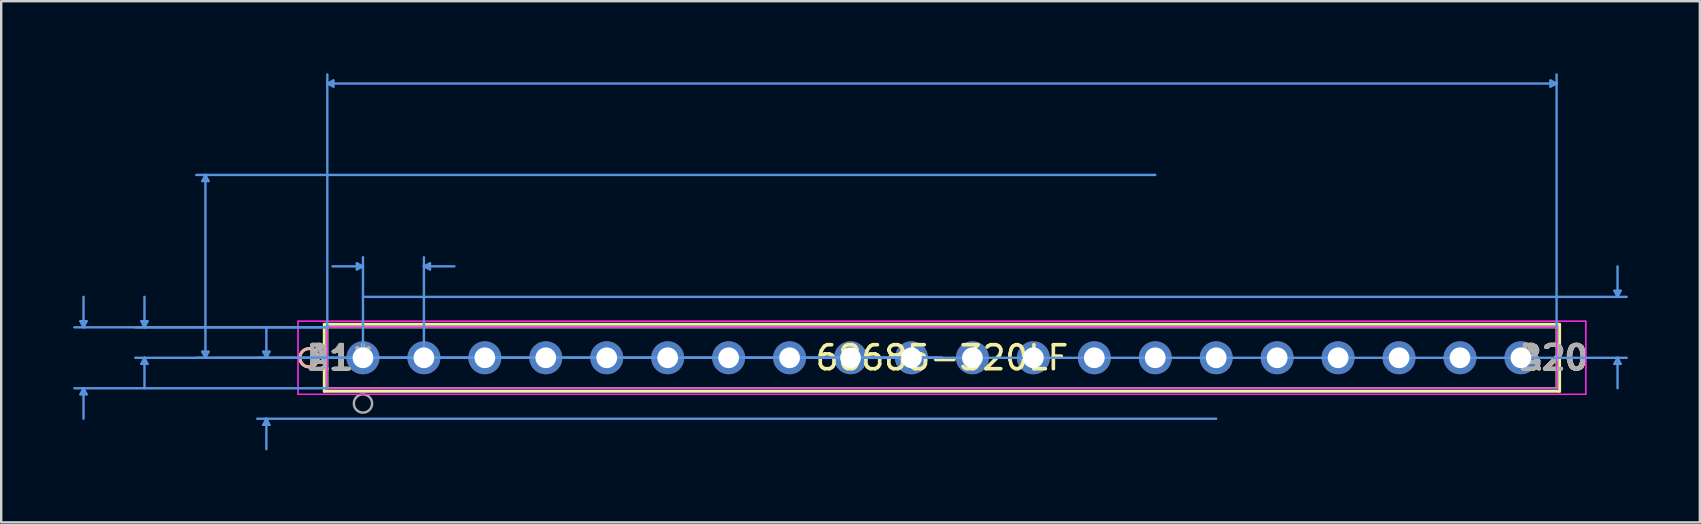
<source format=kicad_pcb>
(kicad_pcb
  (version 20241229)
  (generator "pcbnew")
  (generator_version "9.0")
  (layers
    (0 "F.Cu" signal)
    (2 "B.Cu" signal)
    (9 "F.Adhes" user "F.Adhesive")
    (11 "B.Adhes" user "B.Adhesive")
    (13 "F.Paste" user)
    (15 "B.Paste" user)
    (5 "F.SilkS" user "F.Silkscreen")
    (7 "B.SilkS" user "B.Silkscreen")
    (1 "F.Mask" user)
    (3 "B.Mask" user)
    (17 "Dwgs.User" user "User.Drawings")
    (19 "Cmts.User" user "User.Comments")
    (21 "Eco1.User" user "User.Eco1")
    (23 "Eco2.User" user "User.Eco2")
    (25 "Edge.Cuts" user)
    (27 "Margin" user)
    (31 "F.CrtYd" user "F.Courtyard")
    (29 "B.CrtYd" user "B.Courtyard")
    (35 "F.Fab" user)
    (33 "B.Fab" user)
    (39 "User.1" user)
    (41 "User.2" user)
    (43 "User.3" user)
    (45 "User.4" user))
  (footprint "68685-320LF"
    (layer "F.Cu")
    (at 12.077 11.861)
    (property "Reference" "68685-320LF" (at 24.13 0 0) (layer "F.SilkS") (effects (font (size 1 1) (thickness 0.15))))
    (attr through_hole)
    (fp_line (start -1.613 -1.397) (end -1.613 1.397) (stroke (width 0.12) (type solid)) (layer "F.SilkS"))
    (fp_line (start -1.613 1.397) (end 49.873 1.397) (stroke (width 0.12) (type solid)) (layer "F.SilkS"))
    (fp_line (start 49.873 -1.397) (end -1.613 -1.397) (stroke (width 0.12) (type solid)) (layer "F.SilkS"))
    (fp_line (start 49.873 1.397) (end 49.873 -1.397) (stroke (width 0.12) (type solid)) (layer "F.SilkS"))
    (fp_circle (center -2.248 0) (end -1.867 0) (stroke (width 0.12) (type solid)) (fill no) (layer "F.SilkS"))
    (fp_circle (center -2.248 0) (end -1.867 0) (stroke (width 0.12) (type solid)) (fill no) (layer "B.SilkS"))
    (fp_line (start -11.773 -1.524) (end -11.519 -1.524) (stroke (width 0.1) (type solid)) (layer "Cmts.User"))
    (fp_line (start -11.773 1.524) (end -11.519 1.524) (stroke (width 0.1) (type solid)) (layer "Cmts.User"))
    (fp_line (start -11.646 -1.27) (end -11.773 -1.524) (stroke (width 0.1) (type solid)) (layer "Cmts.User"))
    (fp_line (start -11.646 -1.27) (end -11.646 -2.54) (stroke (width 0.1) (type solid)) (layer "Cmts.User"))
    (fp_line (start -11.646 -1.27) (end -11.519 -1.524) (stroke (width 0.1) (type solid)) (layer "Cmts.User"))
    (fp_line (start -11.646 1.27) (end -11.773 1.524) (stroke (width 0.1) (type solid)) (layer "Cmts.User"))
    (fp_line (start -11.646 1.27) (end -11.646 2.54) (stroke (width 0.1) (type solid)) (layer "Cmts.User"))
    (fp_line (start -11.646 1.27) (end -11.519 1.524) (stroke (width 0.1) (type solid)) (layer "Cmts.User"))
    (fp_line (start -9.233 -1.524) (end -8.979 -1.524) (stroke (width 0.1) (type solid)) (layer "Cmts.User"))
    (fp_line (start -9.233 0.254) (end -8.979 0.254) (stroke (width 0.1) (type solid)) (layer "Cmts.User"))
    (fp_line (start -9.106 -1.27) (end -9.233 -1.524) (stroke (width 0.1) (type solid)) (layer "Cmts.User"))
    (fp_line (start -9.106 -1.27) (end -9.106 -2.54) (stroke (width 0.1) (type solid)) (layer "Cmts.User"))
    (fp_line (start -9.106 -1.27) (end -8.979 -1.524) (stroke (width 0.1) (type solid)) (layer "Cmts.User"))
    (fp_line (start -9.106 0) (end -9.233 0.254) (stroke (width 0.1) (type solid)) (layer "Cmts.User"))
    (fp_line (start -9.106 0) (end -9.106 1.27) (stroke (width 0.1) (type solid)) (layer "Cmts.User"))
    (fp_line (start -9.106 0) (end -8.979 0.254) (stroke (width 0.1) (type solid)) (layer "Cmts.User"))
    (fp_line (start -6.693 -7.366) (end -6.439 -7.366) (stroke (width 0.1) (type solid)) (layer "Cmts.User"))
    (fp_line (start -6.693 -0.254) (end -6.439 -0.254) (stroke (width 0.1) (type solid)) (layer "Cmts.User"))
    (fp_line (start -6.566 -7.62) (end -6.693 -7.366) (stroke (width 0.1) (type solid)) (layer "Cmts.User"))
    (fp_line (start -6.566 -7.62) (end -6.566 0) (stroke (width 0.1) (type solid)) (layer "Cmts.User"))
    (fp_line (start -6.566 -7.62) (end -6.439 -7.366) (stroke (width 0.1) (type solid)) (layer "Cmts.User"))
    (fp_line (start -6.566 0) (end -6.693 -0.254) (stroke (width 0.1) (type solid)) (layer "Cmts.User"))
    (fp_line (start -6.566 0) (end -6.439 -0.254) (stroke (width 0.1) (type solid)) (layer "Cmts.User"))
    (fp_line (start -4.153 -0.254) (end -3.899 -0.254) (stroke (width 0.1) (type solid)) (layer "Cmts.User"))
    (fp_line (start -4.153 2.794) (end -3.899 2.794) (stroke (width 0.1) (type solid)) (layer "Cmts.User"))
    (fp_line (start -4.026 0) (end -4.153 -0.254) (stroke (width 0.1) (type solid)) (layer "Cmts.User"))
    (fp_line (start -4.026 0) (end -4.026 -1.27) (stroke (width 0.1) (type solid)) (layer "Cmts.User"))
    (fp_line (start -4.026 0) (end -3.899 -0.254) (stroke (width 0.1) (type solid)) (layer "Cmts.User"))
    (fp_line (start -4.026 2.54) (end -4.153 2.794) (stroke (width 0.1) (type solid)) (layer "Cmts.User"))
    (fp_line (start -4.026 2.54) (end -4.026 3.81) (stroke (width 0.1) (type solid)) (layer "Cmts.User"))
    (fp_line (start -4.026 2.54) (end -3.899 2.794) (stroke (width 0.1) (type solid)) (layer "Cmts.User"))
    (fp_line (start -1.486 -11.43) (end -1.232 -11.557) (stroke (width 0.1) (type solid)) (layer "Cmts.User"))
    (fp_line (start -1.486 -11.43) (end -1.232 -11.303) (stroke (width 0.1) (type solid)) (layer "Cmts.User"))
    (fp_line (start -1.486 -11.43) (end 49.746 -11.43) (stroke (width 0.1) (type solid)) (layer "Cmts.User"))
    (fp_line (start -1.486 -1.27) (end -12.027 -1.27) (stroke (width 0.1) (type solid)) (layer "Cmts.User"))
    (fp_line (start -1.486 -1.27) (end -9.487 -1.27) (stroke (width 0.1) (type solid)) (layer "Cmts.User"))
    (fp_line (start -1.486 -1.27) (end -1.486 -11.811) (stroke (width 0.1) (type solid)) (layer "Cmts.User"))
    (fp_line (start -1.486 1.27) (end -12.027 1.27) (stroke (width 0.1) (type solid)) (layer "Cmts.User"))
    (fp_line (start -1.232 -11.557) (end -1.232 -11.303) (stroke (width 0.1) (type solid)) (layer "Cmts.User"))
    (fp_line (start -0.254 -3.937) (end -0.254 -3.683) (stroke (width 0.1) (type solid)) (layer "Cmts.User"))
    (fp_line (start 0 -3.81) (end -1.27 -3.81) (stroke (width 0.1) (type solid)) (layer "Cmts.User"))
    (fp_line (start 0 -3.81) (end -0.254 -3.937) (stroke (width 0.1) (type solid)) (layer "Cmts.User"))
    (fp_line (start 0 -3.81) (end -0.254 -3.683) (stroke (width 0.1) (type solid)) (layer "Cmts.User"))
    (fp_line (start 0 -2.54) (end 52.667 -2.54) (stroke (width 0.1) (type solid)) (layer "Cmts.User"))
    (fp_line (start 0 0) (end 0 -4.191) (stroke (width 0.1) (type solid)) (layer "Cmts.User"))
    (fp_line (start 0 0) (end 52.667 0) (stroke (width 0.1) (type solid)) (layer "Cmts.User"))
    (fp_line (start 2.54 -3.81) (end 2.794 -3.937) (stroke (width 0.1) (type solid)) (layer "Cmts.User"))
    (fp_line (start 2.54 -3.81) (end 2.794 -3.683) (stroke (width 0.1) (type solid)) (layer "Cmts.User"))
    (fp_line (start 2.54 -3.81) (end 3.81 -3.81) (stroke (width 0.1) (type solid)) (layer "Cmts.User"))
    (fp_line (start 2.54 0) (end 2.54 -4.191) (stroke (width 0.1) (type solid)) (layer "Cmts.User"))
    (fp_line (start 2.794 -3.937) (end 2.794 -3.683) (stroke (width 0.1) (type solid)) (layer "Cmts.User"))
    (fp_line (start 24.13 0) (end -9.487 0) (stroke (width 0.1) (type solid)) (layer "Cmts.User"))
    (fp_line (start 24.13 0) (end -6.947 0) (stroke (width 0.1) (type solid)) (layer "Cmts.User"))
    (fp_line (start 24.13 0) (end -4.407 0) (stroke (width 0.1) (type solid)) (layer "Cmts.User"))
    (fp_line (start 33.02 -7.62) (end -6.947 -7.62) (stroke (width 0.1) (type solid)) (layer "Cmts.User"))
    (fp_line (start 35.56 2.54) (end -4.407 2.54) (stroke (width 0.1) (type solid)) (layer "Cmts.User"))
    (fp_line (start 49.492 -11.557) (end 49.492 -11.303) (stroke (width 0.1) (type solid)) (layer "Cmts.User"))
    (fp_line (start 49.746 -11.43) (end 49.492 -11.557) (stroke (width 0.1) (type solid)) (layer "Cmts.User"))
    (fp_line (start 49.746 -11.43) (end 49.492 -11.303) (stroke (width 0.1) (type solid)) (layer "Cmts.User"))
    (fp_line (start 49.746 -1.27) (end 49.746 -11.811) (stroke (width 0.1) (type solid)) (layer "Cmts.User"))
    (fp_line (start 52.159 -2.794) (end 52.413 -2.794) (stroke (width 0.1) (type solid)) (layer "Cmts.User"))
    (fp_line (start 52.159 0.254) (end 52.413 0.254) (stroke (width 0.1) (type solid)) (layer "Cmts.User"))
    (fp_line (start 52.286 -2.54) (end 52.159 -2.794) (stroke (width 0.1) (type solid)) (layer "Cmts.User"))
    (fp_line (start 52.286 -2.54) (end 52.286 -3.81) (stroke (width 0.1) (type solid)) (layer "Cmts.User"))
    (fp_line (start 52.286 -2.54) (end 52.413 -2.794) (stroke (width 0.1) (type solid)) (layer "Cmts.User"))
    (fp_line (start 52.286 0) (end 52.159 0.254) (stroke (width 0.1) (type solid)) (layer "Cmts.User"))
    (fp_line (start 52.286 0) (end 52.286 1.27) (stroke (width 0.1) (type solid)) (layer "Cmts.User"))
    (fp_line (start 52.286 0) (end 52.413 0.254) (stroke (width 0.1) (type solid)) (layer "Cmts.User"))
    (fp_line (start -2.705 -1.524) (end -2.705 1.524) (stroke (width 0.05) (type solid)) (layer "F.CrtYd"))
    (fp_line (start -2.705 -1.524) (end -2.705 1.524) (stroke (width 0.05) (type solid)) (layer "F.CrtYd"))
    (fp_line (start -2.705 1.524) (end 50.965 1.524) (stroke (width 0.05) (type solid)) (layer "F.CrtYd"))
    (fp_line (start -2.705 1.524) (end 50.965 1.524) (stroke (width 0.05) (type solid)) (layer "F.CrtYd"))
    (fp_line (start -1.486 -1.27) (end -1.486 1.27) (stroke (width 0.05) (type solid)) (layer "F.CrtYd"))
    (fp_line (start -1.486 1.27) (end 49.746 1.27) (stroke (width 0.05) (type solid)) (layer "F.CrtYd"))
    (fp_line (start 49.746 -1.27) (end -1.486 -1.27) (stroke (width 0.05) (type solid)) (layer "F.CrtYd"))
    (fp_line (start 49.746 1.27) (end 49.746 -1.27) (stroke (width 0.05) (type solid)) (layer "F.CrtYd"))
    (fp_line (start 50.965 -1.524) (end -2.705 -1.524) (stroke (width 0.05) (type solid)) (layer "F.CrtYd"))
    (fp_line (start 50.965 -1.524) (end -2.705 -1.524) (stroke (width 0.05) (type solid)) (layer "F.CrtYd"))
    (fp_line (start 50.965 1.524) (end 50.965 -1.524) (stroke (width 0.05) (type solid)) (layer "F.CrtYd"))
    (fp_line (start 50.965 1.524) (end 50.965 -1.524) (stroke (width 0.05) (type solid)) (layer "F.CrtYd"))
    (fp_line (start -1.486 -1.27) (end -1.486 1.27) (stroke (width 0.1) (type solid)) (layer "F.Fab"))
    (fp_line (start -1.486 1.27) (end 49.746 1.27) (stroke (width 0.1) (type solid)) (layer "F.Fab"))
    (fp_line (start 49.746 -1.27) (end -1.486 -1.27) (stroke (width 0.1) (type solid)) (layer "F.Fab"))
    (fp_line (start 49.746 1.27) (end 49.746 -1.27) (stroke (width 0.1) (type solid)) (layer "F.Fab"))
    (fp_circle (center 0 1.905) (end 0.381 1.905) (stroke (width 0.1) (type solid)) (fill no) (layer "F.Fab"))
    (fp_text user "B20" (at 49.632 0 0) (layer "F.SilkS") (effects (font (size 1 1) (thickness 0.15))))
    (fp_text user "B1" (at -1.372 0 0) (layer "F.SilkS") (effects (font (size 1 1) (thickness 0.15))))
    (fp_text user "*" (at 0 0 0) (layer "F.SilkS") (effects (font (size 1 1) (thickness 0.15))))
    (fp_text user "A1" (at -1.372 0 0) (layer "F.SilkS") (effects (font (size 1 1) (thickness 0.15))))
    (fp_text user "A20" (at 49.632 0 0) (layer "F.SilkS") (effects (font (size 1 1) (thickness 0.15))))
    (fp_text user "B20" (at 49.632 0 0) (layer "B.SilkS") (effects (font (size 1 1) (thickness 0.15))))
    (fp_text user "A20" (at 49.632 0 0) (layer "B.SilkS") (effects (font (size 1 1) (thickness 0.15))))
    (fp_text user "B1" (at -1.372 0 0) (layer "B.SilkS") (effects (font (size 1 1) (thickness 0.15))))
    (fp_text user "A1" (at -1.372 0 0) (layer "B.SilkS") (effects (font (size 1 1) (thickness 0.15))))
    (fp_text user "Copyright 2021 Accelerated Designs. All rights reserved." (at 0 0 0) (layer "Cmts.User") (effects (font (size 0.127 0.127) (thickness 0.002))))
    (fp_text user "B1" (at -1.372 0 0) (layer "F.Fab") (effects (font (size 1 1) (thickness 0.15))))
    (fp_text user "*" (at 0 0 0) (layer "F.Fab") (effects (font (size 1 1) (thickness 0.15))))
    (fp_text user "A20" (at 49.632 0 0) (layer "F.Fab") (effects (font (size 1 1) (thickness 0.15))))
    (fp_text user "B20" (at 49.632 0 0) (layer "F.Fab") (effects (font (size 1 1) (thickness 0.15))))
    (fp_text user "A1" (at -1.372 0 0) (layer "F.Fab") (effects (font (size 1 1) (thickness 0.15))))
    (pad "A1" thru_hole circle (at 0 0) (size 1.372 1.372) (drill 0.864) (layers "*.Cu" "*.Mask"))
    (pad "A2" thru_hole circle (at 2.54 0) (size 1.372 1.372) (drill 0.864) (layers "*.Cu" "*.Mask"))
    (pad "A3" thru_hole circle (at 5.08 0) (size 1.372 1.372) (drill 0.864) (layers "*.Cu" "*.Mask"))
    (pad "A4" thru_hole circle (at 7.62 0) (size 1.372 1.372) (drill 0.864) (layers "*.Cu" "*.Mask"))
    (pad "A5" thru_hole circle (at 10.16 0) (size 1.372 1.372) (drill 0.864) (layers "*.Cu" "*.Mask"))
    (pad "A6" thru_hole circle (at 12.7 0) (size 1.372 1.372) (drill 0.864) (layers "*.Cu" "*.Mask"))
    (pad "A7" thru_hole circle (at 15.24 0) (size 1.372 1.372) (drill 0.864) (layers "*.Cu" "*.Mask"))
    (pad "A8" thru_hole circle (at 17.78 0) (size 1.372 1.372) (drill 0.864) (layers "*.Cu" "*.Mask"))
    (pad "A9" thru_hole circle (at 20.32 0) (size 1.372 1.372) (drill 0.864) (layers "*.Cu" "*.Mask"))
    (pad "A10" thru_hole circle (at 22.86 0) (size 1.372 1.372) (drill 0.864) (layers "*.Cu" "*.Mask"))
    (pad "A11" thru_hole circle (at 25.4 0) (size 1.372 1.372) (drill 0.864) (layers "*.Cu" "*.Mask"))
    (pad "A12" thru_hole circle (at 27.94 0) (size 1.372 1.372) (drill 0.864) (layers "*.Cu" "*.Mask"))
    (pad "A13" thru_hole circle (at 30.48 0) (size 1.372 1.372) (drill 0.864) (layers "*.Cu" "*.Mask"))
    (pad "A14" thru_hole circle (at 33.02 0) (size 1.372 1.372) (drill 0.864) (layers "*.Cu" "*.Mask"))
    (pad "A15" thru_hole circle (at 35.56 0) (size 1.372 1.372) (drill 0.864) (layers "*.Cu" "*.Mask"))
    (pad "A16" thru_hole circle (at 38.1 0) (size 1.372 1.372) (drill 0.864) (layers "*.Cu" "*.Mask"))
    (pad "A17" thru_hole circle (at 40.64 0) (size 1.372 1.372) (drill 0.864) (layers "*.Cu" "*.Mask"))
    (pad "A18" thru_hole circle (at 43.18 0) (size 1.372 1.372) (drill 0.864) (layers "*.Cu" "*.Mask"))
    (pad "A19" thru_hole circle (at 45.72 0) (size 1.372 1.372) (drill 0.864) (layers "*.Cu" "*.Mask"))
    (pad "A20" thru_hole circle (at 48.26 0) (size 1.372 1.372) (drill 0.864) (layers "*.Cu" "*.Mask")))
  (gr_rect
    (start -3 -3)
    (end 67.794 18.721)
    (stroke (width 0.1) (type default))
    (fill no)
    (layer "Edge.Cuts")))
</source>
